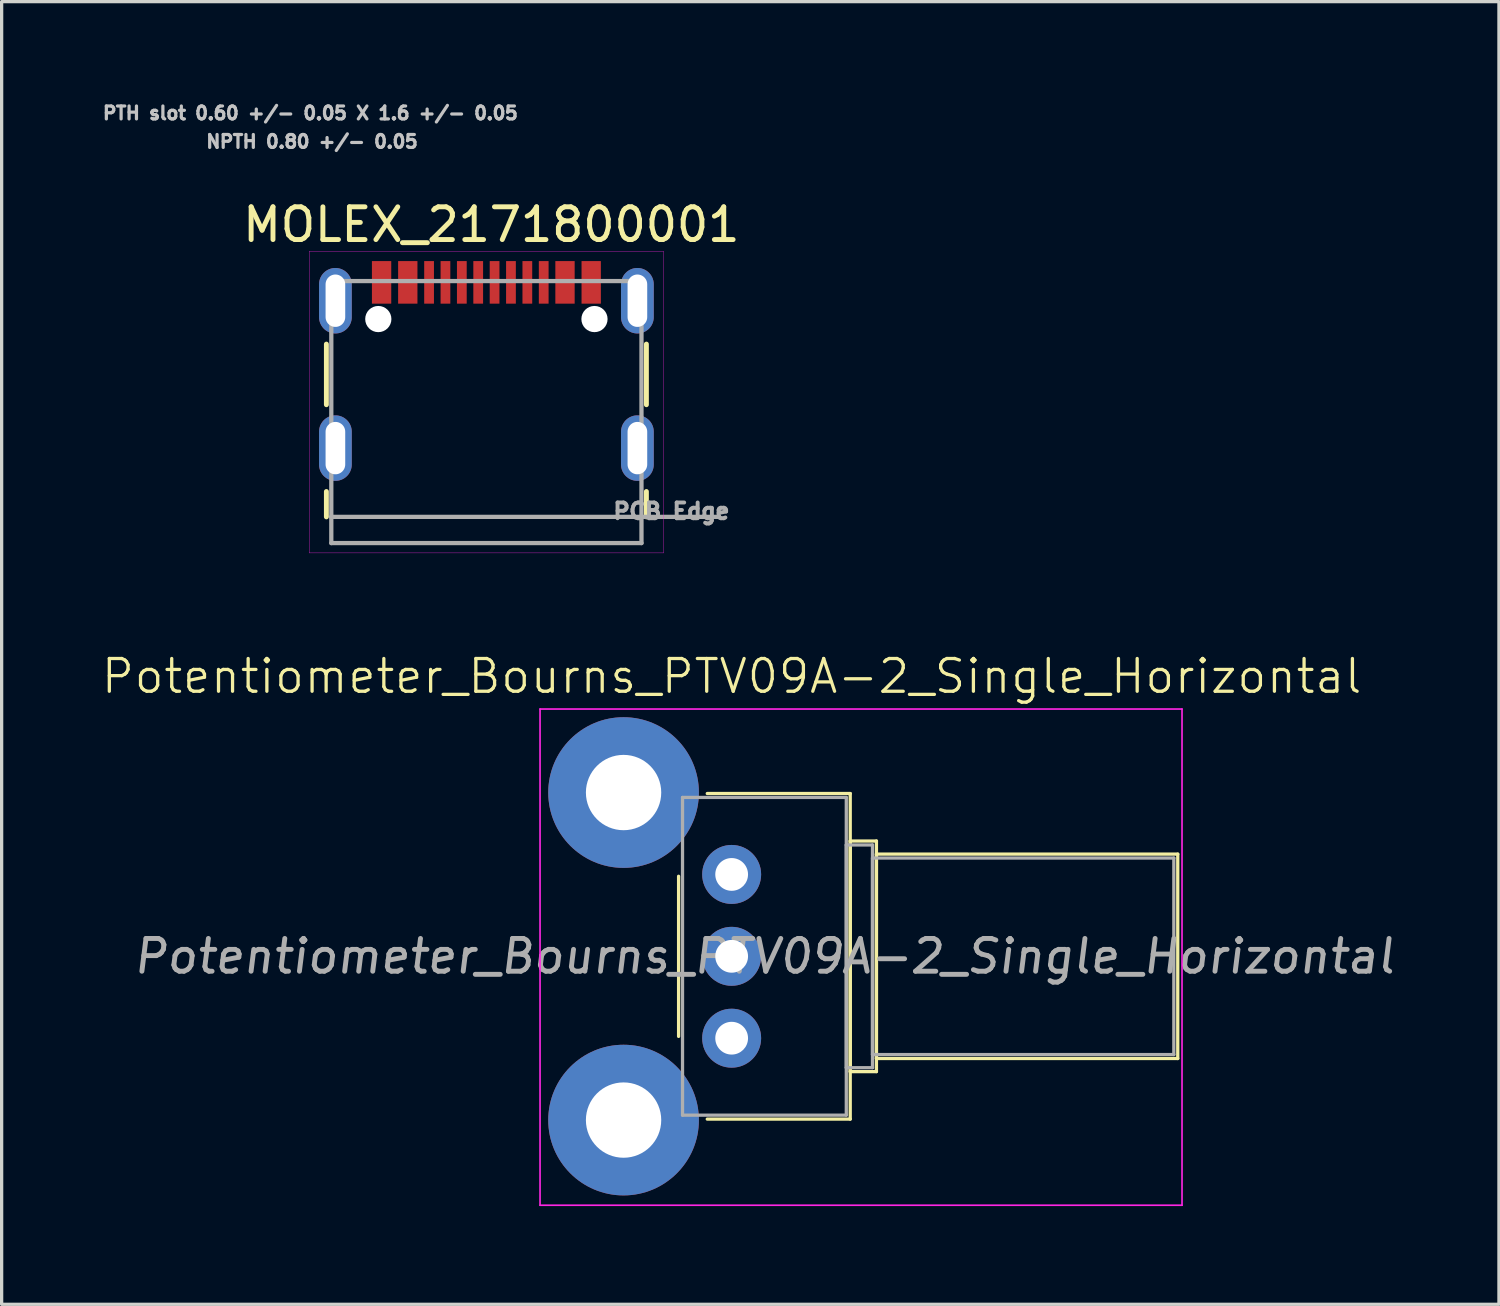
<source format=kicad_pcb>
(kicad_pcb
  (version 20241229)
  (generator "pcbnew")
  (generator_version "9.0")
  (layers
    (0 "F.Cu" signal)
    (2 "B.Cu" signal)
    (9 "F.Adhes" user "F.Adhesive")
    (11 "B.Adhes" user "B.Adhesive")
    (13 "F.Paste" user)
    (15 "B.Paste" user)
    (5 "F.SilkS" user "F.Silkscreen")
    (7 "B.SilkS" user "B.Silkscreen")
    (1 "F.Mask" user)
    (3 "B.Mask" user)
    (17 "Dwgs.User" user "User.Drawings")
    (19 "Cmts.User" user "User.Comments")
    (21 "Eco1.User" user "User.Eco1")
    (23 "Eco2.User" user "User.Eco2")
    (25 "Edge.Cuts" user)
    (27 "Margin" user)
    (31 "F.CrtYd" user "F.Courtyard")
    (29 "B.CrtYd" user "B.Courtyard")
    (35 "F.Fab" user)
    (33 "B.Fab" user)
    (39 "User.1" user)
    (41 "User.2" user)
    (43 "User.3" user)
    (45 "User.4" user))
  (footprint "Potentiometer_Bourns_PTV09A-2_Single_Horizontal"
    (layer "F.Cu")
    (at 19.288 28.647)
    (property "Reference" "Potentiometer_Bourns_PTV09A-2_Single_Horizontal" (at 0 -11.05 0) (layer "F.SilkS") (effects (font (size 1 1) (thickness 0.1))))
    (attr through_hole)
    (fp_line (start -1.62 -4.944) (end -1.62 -0.055) (stroke (width 0.1) (type solid)) (layer "F.SilkS"))
    (fp_line (start -0.745 -7.47) (end 3.62 -7.47) (stroke (width 0.1) (type solid)) (layer "F.SilkS"))
    (fp_line (start -0.745 2.47) (end 3.62 2.47) (stroke (width 0.1) (type solid)) (layer "F.SilkS"))
    (fp_line (start 3.62 -7.47) (end 3.62 2.47) (stroke (width 0.1) (type solid)) (layer "F.SilkS"))
    (fp_line (start 3.62 -6.02) (end 3.62 1.02) (stroke (width 0.1) (type solid)) (layer "F.SilkS"))
    (fp_line (start 3.62 -6.02) (end 4.42 -6.02) (stroke (width 0.1) (type solid)) (layer "F.SilkS"))
    (fp_line (start 3.62 1.02) (end 4.42 1.02) (stroke (width 0.1) (type solid)) (layer "F.SilkS"))
    (fp_line (start 4.42 -6.02) (end 4.42 1.02) (stroke (width 0.1) (type solid)) (layer "F.SilkS"))
    (fp_line (start 4.42 -5.62) (end 4.42 0.62) (stroke (width 0.1) (type solid)) (layer "F.SilkS"))
    (fp_line (start 4.42 -5.62) (end 13.62 -5.62) (stroke (width 0.1) (type solid)) (layer "F.SilkS"))
    (fp_line (start 4.42 0.62) (end 13.62 0.62) (stroke (width 0.1) (type solid)) (layer "F.SilkS"))
    (fp_line (start 13.62 -5.62) (end 13.62 0.62) (stroke (width 0.1) (type solid)) (layer "F.SilkS"))
    (fp_line (start -5.85 -10.05) (end -5.85 5.1) (stroke (width 0.05) (type solid)) (layer "F.CrtYd"))
    (fp_line (start -5.85 5.1) (end 13.75 5.1) (stroke (width 0.05) (type solid)) (layer "F.CrtYd"))
    (fp_line (start 13.75 -10.05) (end -5.85 -10.05) (stroke (width 0.05) (type solid)) (layer "F.CrtYd"))
    (fp_line (start 13.75 5.1) (end 13.75 -10.05) (stroke (width 0.05) (type solid)) (layer "F.CrtYd"))
    (fp_line (start -1.5 -7.35) (end -1.5 2.35) (stroke (width 0.1) (type solid)) (layer "F.Fab"))
    (fp_line (start -1.5 2.35) (end 3.5 2.35) (stroke (width 0.1) (type solid)) (layer "F.Fab"))
    (fp_line (start 3.5 -7.35) (end -1.5 -7.35) (stroke (width 0.1) (type solid)) (layer "F.Fab"))
    (fp_line (start 3.5 -5.9) (end 3.5 0.9) (stroke (width 0.1) (type solid)) (layer "F.Fab"))
    (fp_line (start 3.5 0.9) (end 4.3 0.9) (stroke (width 0.1) (type solid)) (layer "F.Fab"))
    (fp_line (start 3.5 2.35) (end 3.5 -7.35) (stroke (width 0.1) (type solid)) (layer "F.Fab"))
    (fp_line (start 4.3 -5.9) (end 3.5 -5.9) (stroke (width 0.1) (type solid)) (layer "F.Fab"))
    (fp_line (start 4.3 -5.5) (end 4.3 0.5) (stroke (width 0.1) (type solid)) (layer "F.Fab"))
    (fp_line (start 4.3 0.5) (end 13.5 0.5) (stroke (width 0.1) (type solid)) (layer "F.Fab"))
    (fp_line (start 4.3 0.9) (end 4.3 -5.9) (stroke (width 0.1) (type solid)) (layer "F.Fab"))
    (fp_line (start 13.5 -5.5) (end 4.3 -5.5) (stroke (width 0.1) (type solid)) (layer "F.Fab"))
    (fp_line (start 13.5 0.5) (end 13.5 -5.5) (stroke (width 0.1) (type solid)) (layer "F.Fab"))
    (fp_text user "${REFERENCE}" (at 1 -2.5 0) (unlocked yes) (layer "F.Fab") (effects (font (size 1 1) (thickness 0.15) (italic yes))))
    (pad "" thru_hole circle (at -3.3 -7.5) (size 4.6 4.6) (drill 2.3) (layers "*.Cu" "*.Mask"))
    (pad "" thru_hole circle (at -3.3 2.5) (size 4.6 4.6) (drill 2.3) (layers "*.Cu" "*.Mask"))
    (pad "1" thru_hole circle (at 0 0) (size 1.8 1.8) (drill 1) (layers "*.Cu" "*.Mask"))
    (pad "2" thru_hole circle (at 0 -2.5) (size 1.8 1.8) (drill 1) (layers "*.Cu" "*.Mask"))
    (pad "3" thru_hole circle (at 0 -5) (size 1.8 1.8) (drill 1) (layers "*.Cu" "*.Mask")))
  (footprint "MOLEX_2171800001"
    (layer "F.Cu")
    (at 11.8 12.731)
    (property "Reference" "MOLEX_2171800001" (at 0.151 -8.922 0) (layer "F.SilkS") (effects (font (size 1 1) (thickness 0.15))))
    (attr smd)
    (fp_poly (pts (xy -2.759 -7.873) (xy -2.042 -7.873) (xy -2.042 -6.447) (xy -2.759 -6.447)) (stroke (width 0.01) (type solid)) (fill yes) (layer "F.Mask"))
    (fp_poly (pts (xy -1.962 -7.873) (xy -1.538 -7.873) (xy -1.538 -6.447) (xy -1.962 -6.447)) (stroke (width 0.01) (type solid)) (fill yes) (layer "F.Mask"))
    (fp_poly (pts (xy -1.462 -7.873) (xy -1.038 -7.873) (xy -1.038 -6.447) (xy -1.462 -6.447)) (stroke (width 0.01) (type solid)) (fill yes) (layer "F.Mask"))
    (fp_poly (pts (xy -0.963 -7.873) (xy -0.537 -7.873) (xy -0.537 -6.447) (xy -0.963 -6.447)) (stroke (width 0.01) (type solid)) (fill yes) (layer "F.Mask"))
    (fp_poly (pts (xy -0.463 -7.873) (xy -0.037 -7.873) (xy -0.037 -6.447) (xy -0.463 -6.447)) (stroke (width 0.01) (type solid)) (fill yes) (layer "F.Mask"))
    (fp_poly (pts (xy 0.037 -7.873) (xy 0.463 -7.873) (xy 0.463 -6.447) (xy 0.037 -6.447)) (stroke (width 0.01) (type solid)) (fill yes) (layer "F.Mask"))
    (fp_poly (pts (xy 0.537 -7.873) (xy 0.963 -7.873) (xy 0.963 -6.447) (xy 0.537 -6.447)) (stroke (width 0.01) (type solid)) (fill yes) (layer "F.Mask"))
    (fp_poly (pts (xy 1.038 -7.873) (xy 1.462 -7.873) (xy 1.462 -6.447) (xy 1.038 -6.447)) (stroke (width 0.01) (type solid)) (fill yes) (layer "F.Mask"))
    (fp_poly (pts (xy 1.538 -7.873) (xy 1.962 -7.873) (xy 1.962 -6.447) (xy 1.538 -6.447)) (stroke (width 0.01) (type solid)) (fill yes) (layer "F.Mask"))
    (fp_poly (pts (xy 2.042 -7.873) (xy 2.759 -7.873) (xy 2.759 -6.447) (xy 2.042 -6.447)) (stroke (width 0.01) (type solid)) (fill yes) (layer "F.Mask"))
    (fp_poly (pts (xy -3.558 -7.873) (xy -2.837 -7.873) (xy -2.837 -6.02) (xy -2.838 -5.998) (xy -2.84 -5.975) (xy -2.844 -5.952) (xy -2.849 -5.93) (xy -2.855 -5.908) (xy -2.862 -5.886) (xy -2.87 -5.865) (xy -2.879 -5.844) (xy -2.889 -5.823) (xy -2.9 -5.803) (xy -2.912 -5.784) (xy -2.925 -5.765) (xy -2.939 -5.747) (xy -2.954 -5.73) (xy -2.97 -5.713) (xy -2.987 -5.698) (xy -3.004 -5.683) (xy -3.022 -5.669) (xy -3.041 -5.656) (xy -3.06 -5.644) (xy -3.08 -5.632) (xy -3.1 -5.622) (xy -3.121 -5.613) (xy -3.143 -5.605) (xy -3.165 -5.598) (xy -3.187 -5.592) (xy -3.209 -5.587) (xy -3.232 -5.584) (xy -3.254 -5.581) (xy -3.275 -5.58) (xy -3.305 -5.58) (xy -3.329 -5.581) (xy -3.353 -5.583) (xy -3.377 -5.586) (xy -3.401 -5.59) (xy -3.424 -5.596) (xy -3.447 -5.603) (xy -3.47 -5.611) (xy -3.492 -5.62) (xy -3.514 -5.63) (xy -3.535 -5.642) (xy -3.556 -5.654) (xy -3.575 -5.668) (xy -3.594 -5.683) (xy -3.613 -5.698) (xy -3.63 -5.715) (xy -3.647 -5.732) (xy -3.662 -5.751) (xy -3.677 -5.77) (xy -3.691 -5.789) (xy -3.703 -5.81) (xy -3.715 -5.831) (xy -3.725 -5.853) (xy -3.734 -5.875) (xy -3.742 -5.898) (xy -3.749 -5.921) (xy -3.755 -5.944) (xy -3.759 -5.968) (xy -3.762 -5.992) (xy -3.764 -6.016) (xy -3.765 -6.04) (xy -3.765 -6.055) (xy -3.764 -6.07) (xy -3.764 -6.085) (xy -3.762 -6.1) (xy -3.76 -6.115) (xy -3.758 -6.129) (xy -3.755 -6.144) (xy -3.751 -6.159) (xy -3.747 -6.173) (xy -3.743 -6.187) (xy -3.738 -6.201) (xy -3.733 -6.215) (xy -3.727 -6.229) (xy -3.721 -6.243) (xy -3.715 -6.256) (xy -3.708 -6.269) (xy -3.7 -6.282) (xy -3.692 -6.295) (xy -3.684 -6.307) (xy -3.675 -6.319) (xy -3.666 -6.331) (xy -3.657 -6.343) (xy -3.647 -6.354) (xy -3.637 -6.365) (xy -3.626 -6.375) (xy -3.616 -6.386) (xy -3.604 -6.396) (xy -3.593 -6.405) (xy -3.581 -6.414) (xy -3.569 -6.423) (xy -3.558 -6.43) (xy -3.558 -7.873) (xy -3.558 -7.873)) (stroke (width 0.01) (type solid)) (fill yes) (layer "F.Mask"))
    (fp_poly (pts (xy 3.558 -7.873) (xy 2.837 -7.873) (xy 2.837 -6.02) (xy 2.838 -5.998) (xy 2.84 -5.975) (xy 2.844 -5.952) (xy 2.849 -5.93) (xy 2.855 -5.908) (xy 2.862 -5.886) (xy 2.87 -5.865) (xy 2.879 -5.844) (xy 2.889 -5.823) (xy 2.9 -5.803) (xy 2.912 -5.784) (xy 2.925 -5.765) (xy 2.939 -5.747) (xy 2.954 -5.73) (xy 2.97 -5.713) (xy 2.987 -5.698) (xy 3.004 -5.683) (xy 3.022 -5.669) (xy 3.041 -5.656) (xy 3.06 -5.644) (xy 3.08 -5.632) (xy 3.1 -5.622) (xy 3.121 -5.613) (xy 3.143 -5.605) (xy 3.165 -5.598) (xy 3.187 -5.592) (xy 3.209 -5.587) (xy 3.232 -5.584) (xy 3.254 -5.581) (xy 3.275 -5.58) (xy 3.305 -5.58) (xy 3.329 -5.581) (xy 3.353 -5.583) (xy 3.377 -5.586) (xy 3.401 -5.59) (xy 3.424 -5.596) (xy 3.447 -5.603) (xy 3.47 -5.611) (xy 3.492 -5.62) (xy 3.514 -5.63) (xy 3.535 -5.642) (xy 3.556 -5.654) (xy 3.575 -5.668) (xy 3.594 -5.683) (xy 3.613 -5.698) (xy 3.63 -5.715) (xy 3.647 -5.732) (xy 3.662 -5.751) (xy 3.677 -5.77) (xy 3.691 -5.789) (xy 3.703 -5.81) (xy 3.715 -5.831) (xy 3.725 -5.853) (xy 3.734 -5.875) (xy 3.742 -5.898) (xy 3.749 -5.921) (xy 3.755 -5.944) (xy 3.759 -5.968) (xy 3.762 -5.992) (xy 3.764 -6.016) (xy 3.765 -6.04) (xy 3.765 -6.055) (xy 3.764 -6.07) (xy 3.764 -6.085) (xy 3.762 -6.1) (xy 3.76 -6.115) (xy 3.758 -6.129) (xy 3.755 -6.144) (xy 3.751 -6.159) (xy 3.747 -6.173) (xy 3.743 -6.187) (xy 3.738 -6.201) (xy 3.733 -6.215) (xy 3.727 -6.229) (xy 3.721 -6.243) (xy 3.715 -6.256) (xy 3.708 -6.269) (xy 3.7 -6.282) (xy 3.692 -6.295) (xy 3.684 -6.307) (xy 3.675 -6.319) (xy 3.666 -6.331) (xy 3.657 -6.343) (xy 3.647 -6.354) (xy 3.637 -6.365) (xy 3.626 -6.375) (xy 3.616 -6.386) (xy 3.604 -6.396) (xy 3.593 -6.405) (xy 3.581 -6.414) (xy 3.569 -6.423) (xy 3.558 -6.43) (xy 3.558 -7.873) (xy 3.558 -7.873)) (stroke (width 0.01) (type solid)) (fill yes) (layer "F.Mask"))
    (fp_circle (center -3.3 -6.04) (end -3.068 -6.04) (stroke (width 0.464) (type solid)) (fill no) (layer "B.Mask"))
    (fp_circle (center 3.3 -6.04) (end 3.532 -6.04) (stroke (width 0.464) (type solid)) (fill no) (layer "B.Mask"))
    (fp_line (start -4.885 -3.425) (end -4.885 -5.275) (stroke (width 0.15) (type solid)) (layer "F.SilkS"))
    (fp_line (start -4.885 0) (end -4.885 -0.775) (stroke (width 0.15) (type solid)) (layer "F.SilkS"))
    (fp_line (start 4.885 -5.275) (end 4.885 -3.425) (stroke (width 0.15) (type solid)) (layer "F.SilkS"))
    (fp_line (start 4.885 -0.775) (end 4.885 0) (stroke (width 0.15) (type solid)) (layer "F.SilkS"))
    (fp_line (start -5.41 -8.11) (end 5.41 -8.11) (stroke (width 0.01) (type solid)) (layer "F.CrtYd"))
    (fp_line (start -5.41 1.1) (end -5.41 -8.11) (stroke (width 0.01) (type solid)) (layer "F.CrtYd"))
    (fp_line (start 5.41 -8.11) (end 5.41 1.1) (stroke (width 0.01) (type solid)) (layer "F.CrtYd"))
    (fp_line (start 5.41 1.1) (end -5.41 1.1) (stroke (width 0.01) (type solid)) (layer "F.CrtYd"))
    (fp_line (start -4.735 -7.2) (end 4.735 -7.2) (stroke (width 0.13) (type solid)) (layer "F.Fab"))
    (fp_line (start -4.735 0) (end -4.735 -7.2) (stroke (width 0.13) (type solid)) (layer "F.Fab"))
    (fp_line (start -4.735 0) (end -4.735 0.8) (stroke (width 0.13) (type solid)) (layer "F.Fab"))
    (fp_line (start 4.735 -7.2) (end 4.735 0) (stroke (width 0.13) (type solid)) (layer "F.Fab"))
    (fp_line (start 4.735 0) (end -4.735 0) (stroke (width 0.13) (type solid)) (layer "F.Fab"))
    (fp_line (start 4.735 0) (end 7.11 0) (stroke (width 0.13) (type solid)) (layer "F.Fab"))
    (fp_line (start 4.735 0.8) (end -4.735 0.8) (stroke (width 0.13) (type solid)) (layer "F.Fab"))
    (fp_line (start 4.735 0.8) (end 4.735 0) (stroke (width 0.13) (type solid)) (layer "F.Fab"))
    (fp_text user "PTH slot 0.60 +/- 0.05 X 1.6 +/- 0.05" (at -5.374 -12.328 0) (layer "Dwgs.User") (effects (font (size 0.394 0.394) (thickness 0.15))))
    (fp_text user "NPTH 0.80 +/- 0.05" (at -5.324 -11.458 0) (layer "Dwgs.User") (effects (font (size 0.394 0.394) (thickness 0.15))))
    (fp_text user "PCB Edge" (at 5.65 -0.175 0) (layer "F.Fab") (effects (font (size 0.48 0.48) (thickness 0.15))))
    (pad "" np_thru_hole circle (at -3.3 -6.04) (size 0.8 0.8) (drill 0.8) (layers "*.Cu" "*.Mask"))
    (pad "" np_thru_hole circle (at 3.3 -6.04) (size 0.8 0.8) (drill 0.8) (layers "*.Cu" "*.Mask"))
    (pad "A1B12" smd rect (at -3.2 -7.16) (size 0.59 1.3) (layers "F.Cu" "F.Paste"))
    (pad "A4B9" smd rect (at -2.4 -7.16) (size 0.59 1.3) (layers "F.Cu" "F.Paste"))
    (pad "A5" smd rect (at -1.25 -7.16) (size 0.298 1.3) (layers "F.Cu" "F.Paste"))
    (pad "A6" smd rect (at -0.25 -7.16) (size 0.298 1.3) (layers "F.Cu" "F.Paste"))
    (pad "A7" smd rect (at 0.25 -7.16) (size 0.298 1.3) (layers "F.Cu" "F.Paste"))
    (pad "A8" smd rect (at 1.25 -7.16) (size 0.298 1.3) (layers "F.Cu" "F.Paste"))
    (pad "B1A12" smd rect (at 3.2 -7.16) (size 0.59 1.3) (layers "F.Cu" "F.Paste"))
    (pad "B4A9" smd rect (at 2.4 -7.16) (size 0.59 1.3) (layers "F.Cu" "F.Paste"))
    (pad "B5" smd rect (at 1.75 -7.16) (size 0.298 1.3) (layers "F.Cu" "F.Paste"))
    (pad "B6" smd rect (at 0.75 -7.16) (size 0.298 1.3) (layers "F.Cu" "F.Paste"))
    (pad "B7" smd rect (at -0.75 -7.16) (size 0.298 1.3) (layers "F.Cu" "F.Paste"))
    (pad "B8" smd rect (at -1.75 -7.16) (size 0.298 1.3) (layers "F.Cu" "F.Paste"))
    (pad "SH1" thru_hole oval (at -4.61 -2.1) (size 1 2) (drill oval 0.6 1.6) (layers "*.Cu" "*.Mask"))
    (pad "SH2" thru_hole oval (at 4.61 -2.1) (size 1 2) (drill oval 0.6 1.6) (layers "*.Cu" "*.Mask"))
    (pad "SH3" thru_hole oval (at -4.61 -6.6) (size 1 2) (drill oval 0.6 1.6) (layers "*.Cu" "*.Mask"))
    (pad "SH4" thru_hole oval (at 4.61 -6.6) (size 1 2) (drill oval 0.6 1.6) (layers "*.Cu" "*.Mask")))
  (gr_rect
    (start -3 -3)
    (end 42.714 36.772)
    (stroke (width 0.1) (type default))
    (fill no)
    (layer "Edge.Cuts")))
</source>
